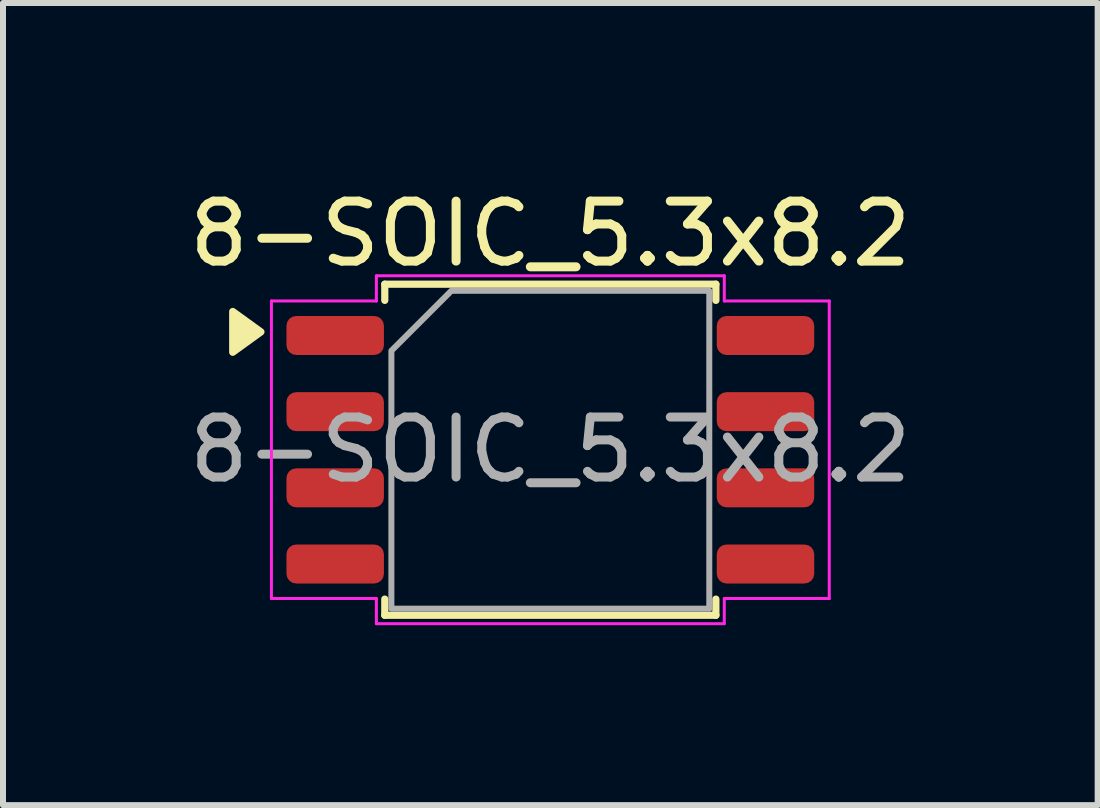
<source format=kicad_pcb>
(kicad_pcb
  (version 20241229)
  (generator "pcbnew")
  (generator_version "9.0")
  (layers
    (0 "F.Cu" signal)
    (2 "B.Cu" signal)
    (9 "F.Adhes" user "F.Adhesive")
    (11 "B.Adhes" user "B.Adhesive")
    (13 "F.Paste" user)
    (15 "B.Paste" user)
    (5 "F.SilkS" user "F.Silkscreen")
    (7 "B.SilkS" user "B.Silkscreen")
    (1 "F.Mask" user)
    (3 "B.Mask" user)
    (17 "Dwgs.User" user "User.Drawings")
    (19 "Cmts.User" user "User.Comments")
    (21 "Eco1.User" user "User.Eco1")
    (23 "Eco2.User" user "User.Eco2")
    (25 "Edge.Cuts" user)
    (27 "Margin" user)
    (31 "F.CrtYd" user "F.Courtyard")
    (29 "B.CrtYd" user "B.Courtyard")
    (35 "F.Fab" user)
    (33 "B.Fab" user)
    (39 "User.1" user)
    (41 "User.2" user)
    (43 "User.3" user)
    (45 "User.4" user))
  (footprint "8-SOIC_5.3x8.2"
    (layer "F.Cu")
    (at 6.125 4.448)
    (property "Reference" "8-SOIC_5.3x8.2" (at 0 -3.6 0) (layer "F.SilkS") (effects (font (size 1 1) (thickness 0.15))))
    (attr smd)
    (fp_line (start -2.76 -2.76) (end 2.76 -2.76) (stroke (width 0.12) (type solid)) (layer "F.SilkS"))
    (fp_line (start -2.76 -2.49) (end -2.76 -2.76) (stroke (width 0.12) (type solid)) (layer "F.SilkS"))
    (fp_line (start -2.76 2.76) (end -2.76 2.49) (stroke (width 0.12) (type solid)) (layer "F.SilkS"))
    (fp_line (start 2.76 -2.76) (end 2.76 -2.49) (stroke (width 0.12) (type solid)) (layer "F.SilkS"))
    (fp_line (start 2.76 2.49) (end 2.76 2.76) (stroke (width 0.12) (type solid)) (layer "F.SilkS"))
    (fp_line (start 2.76 2.76) (end -2.76 2.76) (stroke (width 0.12) (type solid)) (layer "F.SilkS"))
    (fp_poly (pts (xy -4.825 -1.965) (xy -5.295 -1.625) (xy -5.295 -2.305)) (stroke (width 0.12) (type solid)) (fill yes) (layer "F.SilkS"))
    (fp_line (start -4.65 -2.48) (end -2.9 -2.48) (stroke (width 0.05) (type solid)) (layer "F.CrtYd"))
    (fp_line (start -4.65 2.48) (end -4.65 -2.48) (stroke (width 0.05) (type solid)) (layer "F.CrtYd"))
    (fp_line (start -2.9 -2.9) (end 2.9 -2.9) (stroke (width 0.05) (type solid)) (layer "F.CrtYd"))
    (fp_line (start -2.9 -2.48) (end -2.9 -2.9) (stroke (width 0.05) (type solid)) (layer "F.CrtYd"))
    (fp_line (start -2.9 2.48) (end -4.65 2.48) (stroke (width 0.05) (type solid)) (layer "F.CrtYd"))
    (fp_line (start -2.9 2.9) (end -2.9 2.48) (stroke (width 0.05) (type solid)) (layer "F.CrtYd"))
    (fp_line (start 2.9 -2.9) (end 2.9 -2.48) (stroke (width 0.05) (type solid)) (layer "F.CrtYd"))
    (fp_line (start 2.9 -2.48) (end 4.65 -2.48) (stroke (width 0.05) (type solid)) (layer "F.CrtYd"))
    (fp_line (start 2.9 2.48) (end 2.9 2.9) (stroke (width 0.05) (type solid)) (layer "F.CrtYd"))
    (fp_line (start 2.9 2.9) (end -2.9 2.9) (stroke (width 0.05) (type solid)) (layer "F.CrtYd"))
    (fp_line (start 4.65 -2.48) (end 4.65 2.48) (stroke (width 0.05) (type solid)) (layer "F.CrtYd"))
    (fp_line (start 4.65 2.48) (end 2.9 2.48) (stroke (width 0.05) (type solid)) (layer "F.CrtYd"))
    (fp_poly (pts (xy -2.65 -1.65) (xy -2.65 2.65) (xy 2.65 2.65) (xy 2.65 -2.65) (xy -1.65 -2.65)) (stroke (width 0.1) (type solid)) (fill no) (layer "F.Fab"))
    (fp_text user "${REFERENCE}" (at 0 0 0) (layer "F.Fab") (effects (font (size 1 1) (thickness 0.15))))
    (pad "1" smd roundrect (at -3.587 -1.905) (size 1.625 0.65) (layers "F.Cu" "F.Mask" "F.Paste") (roundrect_rratio 0.25))
    (pad "2" smd roundrect (at -3.587 -0.635) (size 1.625 0.65) (layers "F.Cu" "F.Mask" "F.Paste") (roundrect_rratio 0.25))
    (pad "3" smd roundrect (at -3.587 0.635) (size 1.625 0.65) (layers "F.Cu" "F.Mask" "F.Paste") (roundrect_rratio 0.25))
    (pad "4" smd roundrect (at -3.587 1.905) (size 1.625 0.65) (layers "F.Cu" "F.Mask" "F.Paste") (roundrect_rratio 0.25))
    (pad "5" smd roundrect (at 3.587 1.905) (size 1.625 0.65) (layers "F.Cu" "F.Mask" "F.Paste") (roundrect_rratio 0.25))
    (pad "6" smd roundrect (at 3.587 0.635) (size 1.625 0.65) (layers "F.Cu" "F.Mask" "F.Paste") (roundrect_rratio 0.25))
    (pad "7" smd roundrect (at 3.587 -0.635) (size 1.625 0.65) (layers "F.Cu" "F.Mask" "F.Paste") (roundrect_rratio 0.25))
    (pad "8" smd roundrect (at 3.587 -1.905) (size 1.625 0.65) (layers "F.Cu" "F.Mask" "F.Paste") (roundrect_rratio 0.25)))
  (gr_rect
    (start -3 -3)
    (end 15.25 10.373)
    (stroke (width 0.1) (type default))
    (fill no)
    (layer "Edge.Cuts")))
</source>
